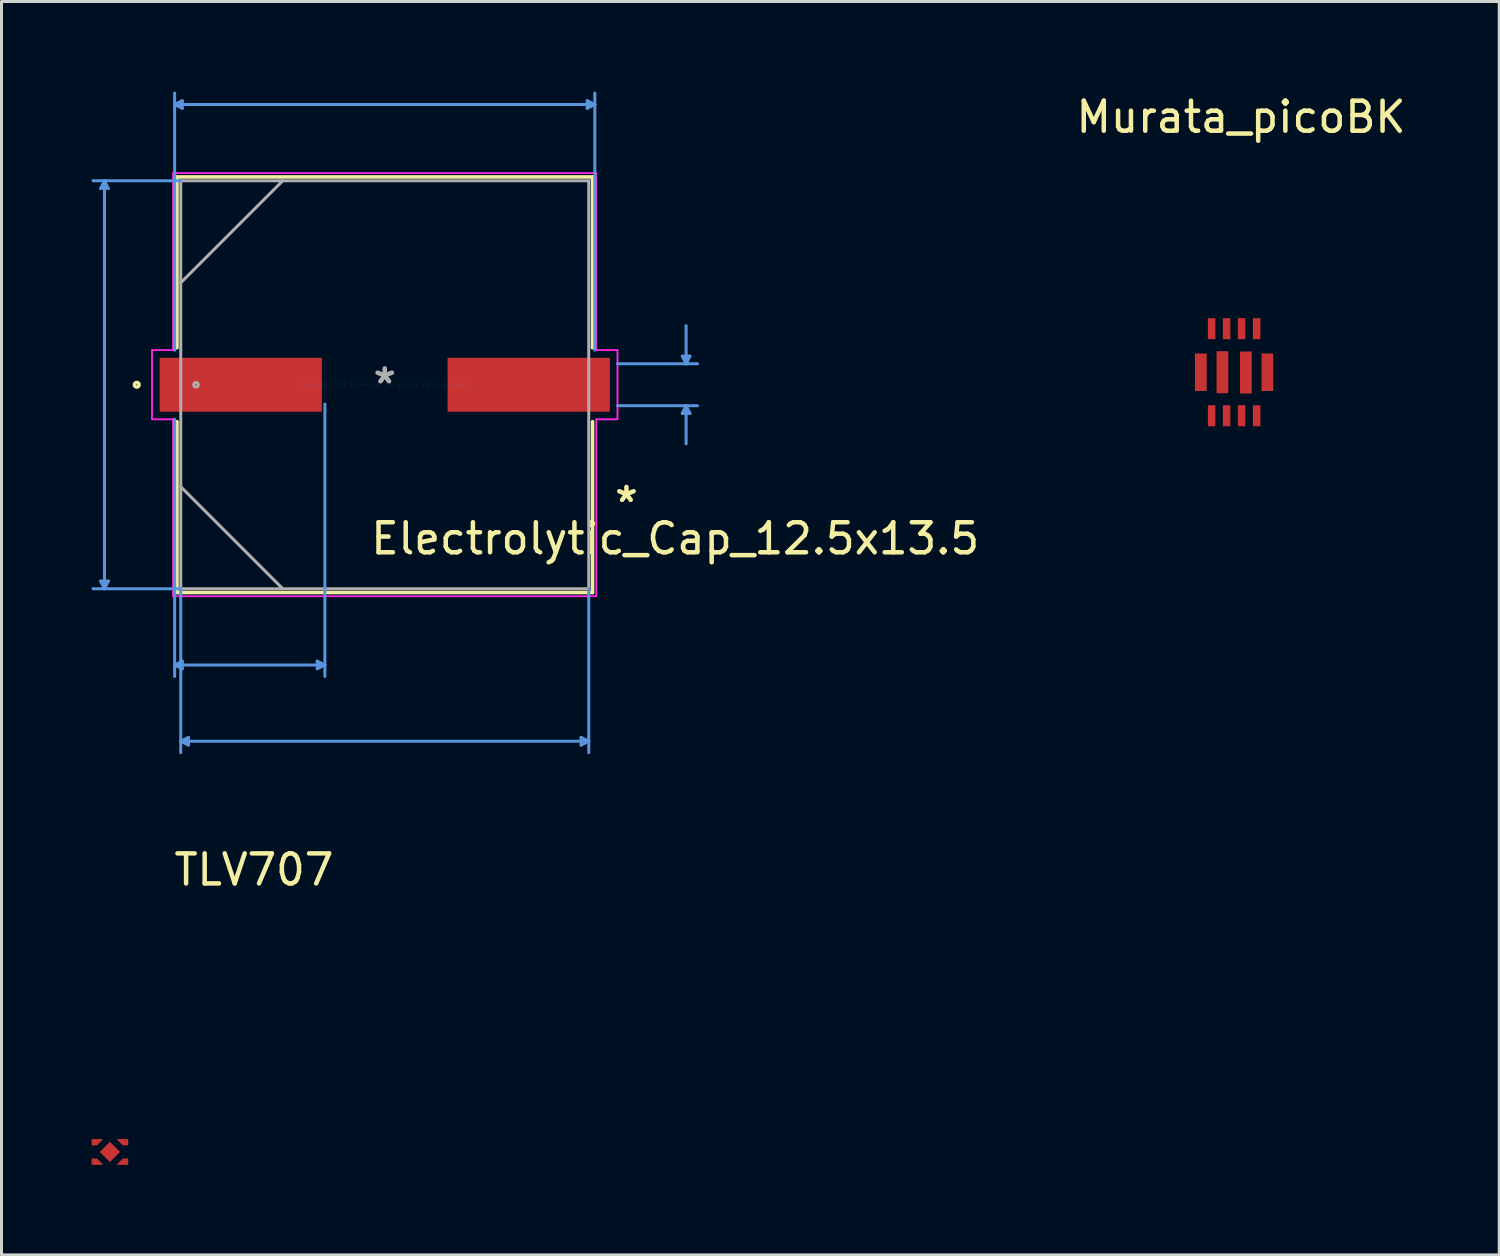
<source format=kicad_pcb>
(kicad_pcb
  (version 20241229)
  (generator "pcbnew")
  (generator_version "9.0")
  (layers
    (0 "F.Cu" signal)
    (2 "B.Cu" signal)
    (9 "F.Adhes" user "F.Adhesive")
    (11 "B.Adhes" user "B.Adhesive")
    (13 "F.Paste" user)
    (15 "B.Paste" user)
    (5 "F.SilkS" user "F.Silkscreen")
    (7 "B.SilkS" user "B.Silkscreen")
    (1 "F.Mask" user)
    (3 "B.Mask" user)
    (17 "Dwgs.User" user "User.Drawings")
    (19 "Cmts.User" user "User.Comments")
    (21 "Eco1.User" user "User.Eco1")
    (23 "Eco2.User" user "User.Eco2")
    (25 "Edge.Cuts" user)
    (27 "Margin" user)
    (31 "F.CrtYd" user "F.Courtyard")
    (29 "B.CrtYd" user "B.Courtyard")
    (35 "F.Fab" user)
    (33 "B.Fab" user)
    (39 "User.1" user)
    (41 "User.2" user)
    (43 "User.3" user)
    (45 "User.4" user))
  (footprint "Murata_picoBK"
    (layer "F.Cu")
    (at 38.056 9.348)
    (property "Reference" "Murata_picoBK" (at 0.23 -8.5 0) (unlocked yes) (layer "F.SilkS") (effects (font (size 1 1) (thickness 0.15))))
    (attr smd)
    (pad "" smd rect (at -0.39 0) (size 0.39 1.4) (layers "F.Cu" "F.Mask" "F.Paste"))
    (pad "" smd rect (at 0.39 0.01) (size 0.39 1.4) (layers "F.Cu" "F.Mask" "F.Paste"))
    (pad "1" smd rect (at -0.75 -1.45) (size 0.25 0.7) (layers "F.Cu" "F.Mask" "F.Paste"))
    (pad "2" smd rect (at -0.25 -1.45) (size 0.25 0.7) (layers "F.Cu" "F.Mask" "F.Paste"))
    (pad "3" smd rect (at 0.25 -1.45) (size 0.25 0.7) (layers "F.Cu" "F.Mask" "F.Paste"))
    (pad "4" smd rect (at 0.75 -1.45) (size 0.25 0.7) (layers "F.Cu" "F.Mask" "F.Paste"))
    (pad "5" smd rect (at 0.75 1.45) (size 0.25 0.7) (layers "F.Cu" "F.Mask" "F.Paste"))
    (pad "6" smd rect (at 0.25 1.45) (size 0.25 0.7) (layers "F.Cu" "F.Mask" "F.Paste"))
    (pad "7" smd rect (at -0.25 1.45) (size 0.25 0.7) (layers "F.Cu" "F.Mask" "F.Paste"))
    (pad "8" smd rect (at -0.75 1.45) (size 0.25 0.7) (layers "F.Cu" "F.Mask" "F.Paste"))
    (pad "9" smd rect (at -1.11 0) (size 0.39 1.25) (layers "F.Cu" "F.Mask" "F.Paste"))
    (pad "10" smd rect (at 1.11 0) (size 0.39 1.25) (layers "F.Cu" "F.Mask" "F.Paste")))
  (footprint "TLV707"
    (layer "F.Cu")
    (at 0.61 35.319)
    (property "Reference" "TLV707" (at 4.8 -9.4 0) (unlocked yes) (layer "F.SilkS") (effects (font (size 1 1) (thickness 0.15))))
    (attr smd)
    (pad "1" smd custom (at -0.52 -0.325) (size 0.18 0.21) (layers "F.Cu" "F.Mask" "F.Paste") (options (anchor rect)) (primitives (gr_poly (pts (xy 0.09 0.105) (xy 0.09 -0.105) (xy 0.27 -0.105) (xy 0.27 -0.07)) (width 0) (fill yes))))
    (pad "2" smd custom (at -0.52 0.325 180) (size 0.18 0.21) (layers "F.Cu" "F.Mask" "F.Paste") (options (anchor rect)) (primitives (gr_poly (pts (xy -0.09 0.105) (xy -0.09 -0.105) (xy -0.27 -0.105) (xy -0.27 -0.07)) (width 0) (fill yes))))
    (pad "3" smd custom (at 0.52 0.325 180) (size 0.18 0.21) (layers "F.Cu" "F.Mask" "F.Paste") (options (anchor rect)) (primitives (gr_poly (pts (xy 0.09 0.105) (xy 0.09 -0.105) (xy 0.27 -0.105) (xy 0.27 -0.07)) (width 0) (fill yes))))
    (pad "4" smd custom (at 0.52 -0.325) (size 0.18 0.21) (layers "F.Cu" "F.Mask" "F.Paste") (options (anchor rect)) (primitives (gr_poly (pts (xy -0.09 0.105) (xy -0.09 -0.105) (xy -0.27 -0.105) (xy -0.27 -0.07)) (width 0) (fill yes))))
    (pad "5" smd rect (at 0 0 45) (size 0.48 0.48) (layers "F.Cu" "F.Mask" "F.Paste")))
  (footprint "Electrolytic_Cap_12.5x13.5"
    (layer "F.Cu")
    (at 9.765 9.765)
    (property "Reference" "Electrolytic_Cap_12.5x13.5" (at 9.675 5.125 0) (layer "F.SilkS") (effects (font (size 1 1) (thickness 0.15))))
    (attr through_hole)
    (fp_line (start -6.921 -6.921) (end -6.921 -1.231) (stroke (width 0.12) (type solid)) (layer "F.SilkS"))
    (fp_line (start -6.921 1.231) (end -6.921 6.921) (stroke (width 0.12) (type solid)) (layer "F.SilkS"))
    (fp_line (start -6.921 6.921) (end 6.921 6.921) (stroke (width 0.12) (type solid)) (layer "F.SilkS"))
    (fp_line (start 6.921 -6.921) (end -6.921 -6.921) (stroke (width 0.12) (type solid)) (layer "F.SilkS"))
    (fp_line (start 6.921 -1.231) (end 6.921 -6.921) (stroke (width 0.12) (type solid)) (layer "F.SilkS"))
    (fp_line (start 6.921 6.921) (end 6.921 1.231) (stroke (width 0.12) (type solid)) (layer "F.SilkS"))
    (fp_circle (center -8.26 0) (end -8.183 0) (stroke (width 0.12) (type solid)) (fill no) (layer "F.SilkS"))
    (fp_line (start -9.461 -6.54) (end -9.207 -6.54) (stroke (width 0.1) (type solid)) (layer "Cmts.User"))
    (fp_line (start -9.461 6.54) (end -9.207 6.54) (stroke (width 0.1) (type solid)) (layer "Cmts.User"))
    (fp_line (start -9.335 -6.795) (end -9.461 -6.54) (stroke (width 0.1) (type solid)) (layer "Cmts.User"))
    (fp_line (start -9.335 -6.795) (end -9.335 6.795) (stroke (width 0.1) (type solid)) (layer "Cmts.User"))
    (fp_line (start -9.335 -6.795) (end -9.207 -6.54) (stroke (width 0.1) (type solid)) (layer "Cmts.User"))
    (fp_line (start -9.335 6.795) (end -9.461 6.54) (stroke (width 0.1) (type solid)) (layer "Cmts.User"))
    (fp_line (start -9.335 6.795) (end -9.207 6.54) (stroke (width 0.1) (type solid)) (layer "Cmts.User"))
    (fp_line (start -6.998 -9.335) (end -6.744 -9.461) (stroke (width 0.1) (type solid)) (layer "Cmts.User"))
    (fp_line (start -6.998 -9.335) (end -6.744 -9.207) (stroke (width 0.1) (type solid)) (layer "Cmts.User"))
    (fp_line (start -6.998 -9.335) (end 6.998 -9.335) (stroke (width 0.1) (type solid)) (layer "Cmts.User"))
    (fp_line (start -6.998 -1.153) (end -6.998 -9.716) (stroke (width 0.1) (type solid)) (layer "Cmts.User"))
    (fp_line (start -6.998 1.153) (end -6.998 9.716) (stroke (width 0.1) (type solid)) (layer "Cmts.User"))
    (fp_line (start -6.998 9.335) (end -6.744 9.207) (stroke (width 0.1) (type solid)) (layer "Cmts.User"))
    (fp_line (start -6.998 9.335) (end -6.744 9.461) (stroke (width 0.1) (type solid)) (layer "Cmts.User"))
    (fp_line (start -6.998 9.335) (end -1.994 9.335) (stroke (width 0.1) (type solid)) (layer "Cmts.User"))
    (fp_line (start -6.795 -6.795) (end -9.716 -6.795) (stroke (width 0.1) (type solid)) (layer "Cmts.User"))
    (fp_line (start -6.795 6.795) (end -9.716 6.795) (stroke (width 0.1) (type solid)) (layer "Cmts.User"))
    (fp_line (start -6.795 6.795) (end -6.795 12.255) (stroke (width 0.1) (type solid)) (layer "Cmts.User"))
    (fp_line (start -6.795 11.874) (end -6.54 11.748) (stroke (width 0.1) (type solid)) (layer "Cmts.User"))
    (fp_line (start -6.795 11.874) (end -6.54 12.002) (stroke (width 0.1) (type solid)) (layer "Cmts.User"))
    (fp_line (start -6.795 11.874) (end 6.795 11.874) (stroke (width 0.1) (type solid)) (layer "Cmts.User"))
    (fp_line (start -6.744 -9.461) (end -6.744 -9.207) (stroke (width 0.1) (type solid)) (layer "Cmts.User"))
    (fp_line (start -6.744 9.207) (end -6.744 9.461) (stroke (width 0.1) (type solid)) (layer "Cmts.User"))
    (fp_line (start -6.54 11.748) (end -6.54 12.002) (stroke (width 0.1) (type solid)) (layer "Cmts.User"))
    (fp_line (start -2.248 9.207) (end -2.248 9.461) (stroke (width 0.1) (type solid)) (layer "Cmts.User"))
    (fp_line (start -1.994 0.644) (end -1.994 9.716) (stroke (width 0.1) (type solid)) (layer "Cmts.User"))
    (fp_line (start -1.994 9.335) (end -2.248 9.207) (stroke (width 0.1) (type solid)) (layer "Cmts.User"))
    (fp_line (start -1.994 9.335) (end -2.248 9.461) (stroke (width 0.1) (type solid)) (layer "Cmts.User"))
    (fp_line (start 6.54 11.748) (end 6.54 12.002) (stroke (width 0.1) (type solid)) (layer "Cmts.User"))
    (fp_line (start 6.744 -9.461) (end 6.744 -9.207) (stroke (width 0.1) (type solid)) (layer "Cmts.User"))
    (fp_line (start 6.795 6.795) (end 6.795 12.255) (stroke (width 0.1) (type solid)) (layer "Cmts.User"))
    (fp_line (start 6.795 11.874) (end 6.54 11.748) (stroke (width 0.1) (type solid)) (layer "Cmts.User"))
    (fp_line (start 6.795 11.874) (end 6.54 12.002) (stroke (width 0.1) (type solid)) (layer "Cmts.User"))
    (fp_line (start 6.998 -9.335) (end 6.744 -9.461) (stroke (width 0.1) (type solid)) (layer "Cmts.User"))
    (fp_line (start 6.998 -9.335) (end 6.744 -9.207) (stroke (width 0.1) (type solid)) (layer "Cmts.User"))
    (fp_line (start 6.998 -1.153) (end 6.998 -9.716) (stroke (width 0.1) (type solid)) (layer "Cmts.User"))
    (fp_line (start 7.752 -0.699) (end 10.419 -0.699) (stroke (width 0.1) (type solid)) (layer "Cmts.User"))
    (fp_line (start 7.752 0.699) (end 10.419 0.699) (stroke (width 0.1) (type solid)) (layer "Cmts.User"))
    (fp_line (start 9.911 -0.953) (end 10.165 -0.953) (stroke (width 0.1) (type solid)) (layer "Cmts.User"))
    (fp_line (start 9.911 0.953) (end 10.165 0.953) (stroke (width 0.1) (type solid)) (layer "Cmts.User"))
    (fp_line (start 10.038 -0.699) (end 9.911 -0.953) (stroke (width 0.1) (type solid)) (layer "Cmts.User"))
    (fp_line (start 10.038 -0.699) (end 10.038 -1.968) (stroke (width 0.1) (type solid)) (layer "Cmts.User"))
    (fp_line (start 10.038 -0.699) (end 10.165 -0.953) (stroke (width 0.1) (type solid)) (layer "Cmts.User"))
    (fp_line (start 10.038 0.699) (end 9.911 0.953) (stroke (width 0.1) (type solid)) (layer "Cmts.User"))
    (fp_line (start 10.038 0.699) (end 10.038 1.968) (stroke (width 0.1) (type solid)) (layer "Cmts.User"))
    (fp_line (start 10.038 0.699) (end 10.165 0.953) (stroke (width 0.1) (type solid)) (layer "Cmts.User"))
    (fp_line (start -7.752 -1.153) (end -7.048 -1.153) (stroke (width 0.05) (type solid)) (layer "F.CrtYd"))
    (fp_line (start -7.752 -1.153) (end -7.048 -1.153) (stroke (width 0.05) (type solid)) (layer "F.CrtYd"))
    (fp_line (start -7.752 1.153) (end -7.752 -1.153) (stroke (width 0.05) (type solid)) (layer "F.CrtYd"))
    (fp_line (start -7.752 1.153) (end -7.752 -1.153) (stroke (width 0.05) (type solid)) (layer "F.CrtYd"))
    (fp_line (start -7.048 -7.048) (end 7.048 -7.048) (stroke (width 0.05) (type solid)) (layer "F.CrtYd"))
    (fp_line (start -7.048 -7.048) (end 7.048 -7.048) (stroke (width 0.05) (type solid)) (layer "F.CrtYd"))
    (fp_line (start -7.048 -1.153) (end -7.048 -7.048) (stroke (width 0.05) (type solid)) (layer "F.CrtYd"))
    (fp_line (start -7.048 -1.153) (end -7.048 -7.048) (stroke (width 0.05) (type solid)) (layer "F.CrtYd"))
    (fp_line (start -7.048 1.153) (end -7.752 1.153) (stroke (width 0.05) (type solid)) (layer "F.CrtYd"))
    (fp_line (start -7.048 1.153) (end -7.752 1.153) (stroke (width 0.05) (type solid)) (layer "F.CrtYd"))
    (fp_line (start -7.048 7.048) (end -7.048 1.153) (stroke (width 0.05) (type solid)) (layer "F.CrtYd"))
    (fp_line (start -7.048 7.048) (end -7.048 1.153) (stroke (width 0.05) (type solid)) (layer "F.CrtYd"))
    (fp_line (start 7.048 -7.048) (end 7.048 -1.153) (stroke (width 0.05) (type solid)) (layer "F.CrtYd"))
    (fp_line (start 7.048 -7.048) (end 7.048 -1.153) (stroke (width 0.05) (type solid)) (layer "F.CrtYd"))
    (fp_line (start 7.048 -1.153) (end 7.752 -1.153) (stroke (width 0.05) (type solid)) (layer "F.CrtYd"))
    (fp_line (start 7.048 -1.153) (end 7.752 -1.153) (stroke (width 0.05) (type solid)) (layer "F.CrtYd"))
    (fp_line (start 7.048 1.153) (end 7.048 7.048) (stroke (width 0.05) (type solid)) (layer "F.CrtYd"))
    (fp_line (start 7.048 1.153) (end 7.048 7.048) (stroke (width 0.05) (type solid)) (layer "F.CrtYd"))
    (fp_line (start 7.048 7.048) (end -7.048 7.048) (stroke (width 0.05) (type solid)) (layer "F.CrtYd"))
    (fp_line (start 7.048 7.048) (end -7.048 7.048) (stroke (width 0.05) (type solid)) (layer "F.CrtYd"))
    (fp_line (start 7.752 -1.153) (end 7.752 1.153) (stroke (width 0.05) (type solid)) (layer "F.CrtYd"))
    (fp_line (start 7.752 -1.153) (end 7.752 1.153) (stroke (width 0.05) (type solid)) (layer "F.CrtYd"))
    (fp_line (start 7.752 1.153) (end 7.048 1.153) (stroke (width 0.05) (type solid)) (layer "F.CrtYd"))
    (fp_line (start 7.752 1.153) (end 7.048 1.153) (stroke (width 0.05) (type solid)) (layer "F.CrtYd"))
    (fp_line (start -6.795 -6.795) (end -6.795 6.795) (stroke (width 0.1) (type solid)) (layer "F.Fab"))
    (fp_line (start -6.795 -3.397) (end -3.397 -6.795) (stroke (width 0.1) (type solid)) (layer "F.Fab"))
    (fp_line (start -6.795 3.397) (end -3.397 6.795) (stroke (width 0.1) (type solid)) (layer "F.Fab"))
    (fp_line (start -6.795 6.795) (end 6.795 6.795) (stroke (width 0.1) (type solid)) (layer "F.Fab"))
    (fp_line (start 6.795 -6.795) (end -6.795 -6.795) (stroke (width 0.1) (type solid)) (layer "F.Fab"))
    (fp_line (start 6.795 6.795) (end 6.795 -6.795) (stroke (width 0.1) (type solid)) (layer "F.Fab"))
    (fp_circle (center -6.287 0) (end -6.21 0) (stroke (width 0.1) (type solid)) (fill no) (layer "F.Fab"))
    (fp_text user "*" (at 8.05 3.95 0) (layer "F.SilkS") (effects (font (size 1 1) (thickness 0.15))))
    (fp_text user "Copyright 2021 Accelerated Designs. All rights reserved." (at 0 0 0) (layer "Cmts.User") (effects (font (size 0.127 0.127) (thickness 0.002))))
    (fp_text user "*" (at 0 0 0) (layer "F.Fab") (effects (font (size 1 1) (thickness 0.15))))
    (pad "1" smd rect (at -4.796 0) (size 5.404 1.797) (layers "F.Cu" "F.Mask" "F.Paste"))
    (pad "2" smd rect (at 4.796 0) (size 5.404 1.797) (layers "F.Cu" "F.Mask" "F.Paste")))
  (gr_rect
    (start -3 -3)
    (end 46.887 38.749)
    (stroke (width 0.1) (type default))
    (fill no)
    (layer "Edge.Cuts")))
</source>
